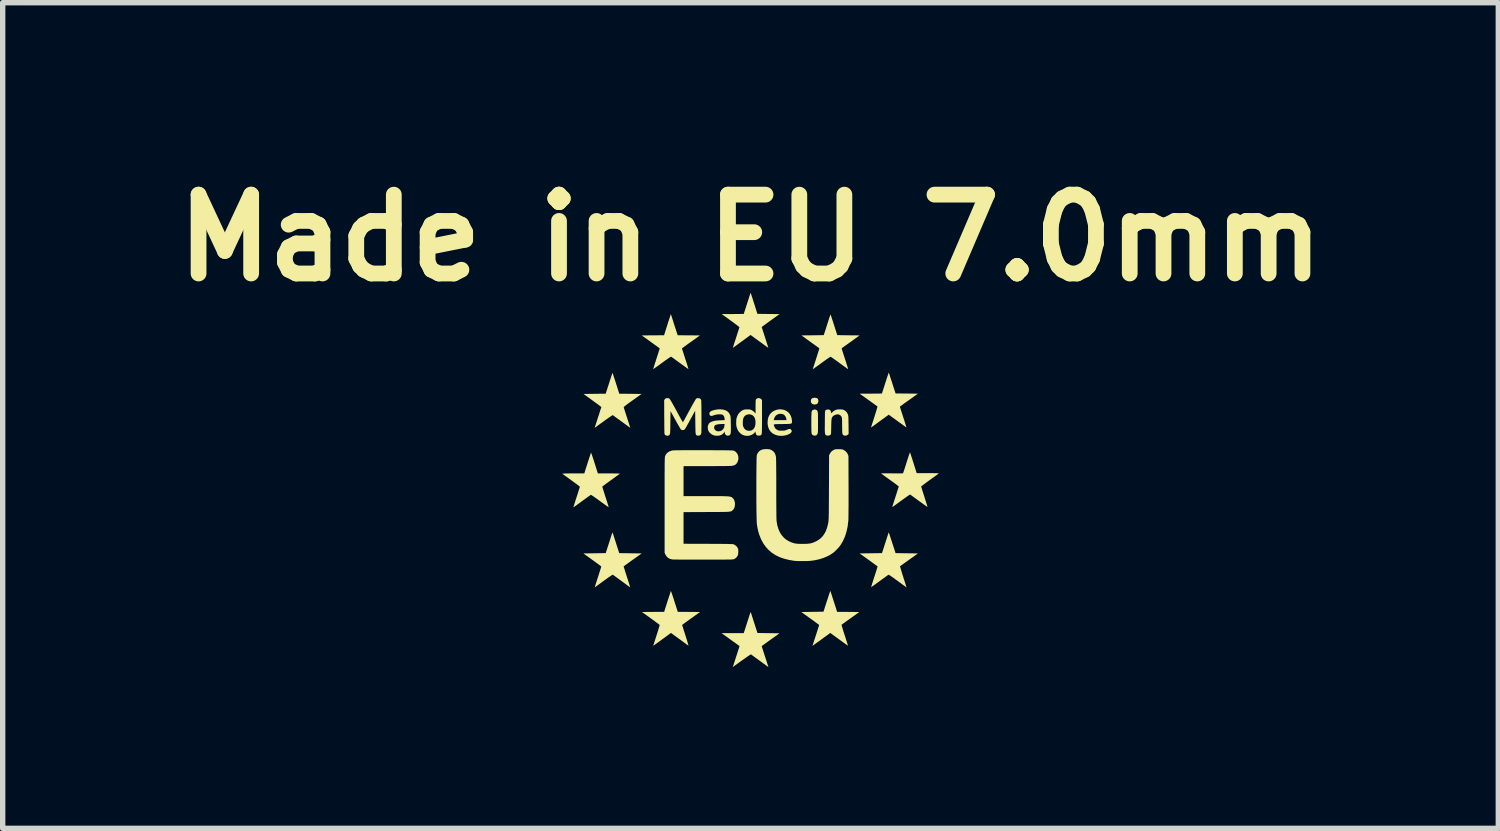
<source format=kicad_pcb>
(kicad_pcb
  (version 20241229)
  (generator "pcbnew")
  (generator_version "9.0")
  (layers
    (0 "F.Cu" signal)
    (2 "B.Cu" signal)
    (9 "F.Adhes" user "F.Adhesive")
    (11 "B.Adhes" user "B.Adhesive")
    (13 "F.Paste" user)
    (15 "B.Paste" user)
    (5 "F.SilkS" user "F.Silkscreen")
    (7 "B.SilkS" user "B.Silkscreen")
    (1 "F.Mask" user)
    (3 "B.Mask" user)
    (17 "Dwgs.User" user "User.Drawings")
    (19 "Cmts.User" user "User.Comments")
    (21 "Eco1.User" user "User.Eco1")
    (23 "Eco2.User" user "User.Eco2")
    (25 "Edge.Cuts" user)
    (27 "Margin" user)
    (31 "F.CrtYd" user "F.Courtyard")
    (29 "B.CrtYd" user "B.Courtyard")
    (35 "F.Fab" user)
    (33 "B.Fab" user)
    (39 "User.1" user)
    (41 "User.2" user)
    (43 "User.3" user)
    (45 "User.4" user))
  (footprint "Made in EU 7.0mm"
    (layer "F.Cu")
    (at 10.904 5.872)
    (property "Reference" "Made in EU 7.0mm" (at 0 -4.5 180) (layer "F.SilkS") (effects (font (size 1.466 1.466) (thickness 0.293))))
    (attr board_only exclude_from_pos_files exclude_from_bom)
    (fp_poly (pts (xy 1.215 -1.525) (xy 1.238 -1.518) (xy 1.253 -1.504) (xy 1.26 -1.484) (xy 1.262 -1.465) (xy 1.257 -1.44) (xy 1.245 -1.419) (xy 1.229 -1.408) (xy 1.212 -1.403) (xy 1.189 -1.402) (xy 1.166 -1.405) (xy 1.153 -1.409) (xy 1.137 -1.422) (xy 1.126 -1.44) (xy 1.122 -1.461) (xy 1.123 -1.484) (xy 1.132 -1.503) (xy 1.139 -1.511) (xy 1.15 -1.519) (xy 1.164 -1.523) (xy 1.185 -1.526)) (stroke (width 0) (type solid)) (fill yes) (layer "F.SilkS"))
    (fp_poly (pts (xy 1.218 -1.304) (xy 1.236 -1.292) (xy 1.247 -1.273) (xy 1.251 -1.261) (xy 1.252 -1.249) (xy 1.253 -1.229) (xy 1.254 -1.202) (xy 1.254 -1.169) (xy 1.255 -1.132) (xy 1.255 -1.093) (xy 1.255 -1.052) (xy 1.255 -1.012) (xy 1.255 -0.975) (xy 1.255 -0.941) (xy 1.254 -0.912) (xy 1.253 -0.891) (xy 1.252 -0.878) (xy 1.244 -0.852) (xy 1.235 -0.839) (xy 1.224 -0.829) (xy 1.212 -0.824) (xy 1.195 -0.823) (xy 1.194 -0.823) (xy 1.172 -0.826) (xy 1.155 -0.834) (xy 1.155 -0.834) (xy 1.144 -0.846) (xy 1.136 -0.862) (xy 1.136 -0.864) (xy 1.135 -0.874) (xy 1.133 -0.894) (xy 1.132 -0.921) (xy 1.132 -0.954) (xy 1.131 -0.991) (xy 1.131 -1.03) (xy 1.131 -1.072) (xy 1.131 -1.113) (xy 1.131 -1.152) (xy 1.132 -1.188) (xy 1.133 -1.219) (xy 1.134 -1.244) (xy 1.135 -1.261) (xy 1.136 -1.267) (xy 1.146 -1.289) (xy 1.164 -1.302) (xy 1.188 -1.308) (xy 1.194 -1.308)) (stroke (width 0) (type solid)) (fill yes) (layer "F.SilkS"))
    (fp_poly (pts (xy 2.573 -1.991) (xy 2.573 -1.99) (xy 2.575 -1.984) (xy 2.58 -1.968) (xy 2.588 -1.945) (xy 2.597 -1.916) (xy 2.608 -1.881) (xy 2.621 -1.842) (xy 2.635 -1.8) (xy 2.636 -1.795) (xy 2.697 -1.607) (xy 2.904 -1.605) (xy 3.111 -1.602) (xy 2.944 -1.482) (xy 2.907 -1.456) (xy 2.873 -1.432) (xy 2.843 -1.41) (xy 2.818 -1.391) (xy 2.797 -1.376) (xy 2.784 -1.366) (xy 2.777 -1.36) (xy 2.777 -1.36) (xy 2.779 -1.355) (xy 2.783 -1.34) (xy 2.79 -1.318) (xy 2.799 -1.29) (xy 2.81 -1.256) (xy 2.823 -1.217) (xy 2.836 -1.175) (xy 2.839 -1.167) (xy 2.853 -1.125) (xy 2.865 -1.085) (xy 2.876 -1.051) (xy 2.885 -1.021) (xy 2.893 -0.998) (xy 2.897 -0.982) (xy 2.899 -0.975) (xy 2.899 -0.975) (xy 2.895 -0.978) (xy 2.883 -0.986) (xy 2.864 -0.999) (xy 2.84 -1.016) (xy 2.812 -1.037) (xy 2.779 -1.06) (xy 2.743 -1.086) (xy 2.734 -1.093) (xy 2.57 -1.212) (xy 2.414 -1.098) (xy 2.371 -1.067) (xy 2.336 -1.041) (xy 2.307 -1.02) (xy 2.285 -1.004) (xy 2.268 -0.992) (xy 2.256 -0.984) (xy 2.248 -0.979) (xy 2.244 -0.977) (xy 2.242 -0.977) (xy 2.241 -0.979) (xy 2.242 -0.982) (xy 2.243 -0.983) (xy 2.259 -1.034) (xy 2.276 -1.085) (xy 2.292 -1.134) (xy 2.307 -1.181) (xy 2.32 -1.225) (xy 2.333 -1.264) (xy 2.343 -1.299) (xy 2.351 -1.327) (xy 2.357 -1.348) (xy 2.36 -1.361) (xy 2.361 -1.365) (xy 2.356 -1.368) (xy 2.343 -1.377) (xy 2.324 -1.391) (xy 2.299 -1.409) (xy 2.27 -1.43) (xy 2.237 -1.454) (xy 2.201 -1.48) (xy 2.193 -1.485) (xy 2.03 -1.602) (xy 2.237 -1.603) (xy 2.443 -1.605) (xy 2.488 -1.744) (xy 2.506 -1.801) (xy 2.522 -1.849) (xy 2.534 -1.888) (xy 2.545 -1.92) (xy 2.553 -1.945) (xy 2.56 -1.963) (xy 2.564 -1.977) (xy 2.568 -1.985) (xy 2.57 -1.99) (xy 2.572 -1.992)) (stroke (width 0) (type solid)) (fill yes) (layer "F.SilkS"))
    (fp_poly (pts (xy 0.007 2.466) (xy 0.012 2.481) (xy 0.019 2.504) (xy 0.028 2.534) (xy 0.04 2.569) (xy 0.052 2.608) (xy 0.066 2.65) (xy 0.068 2.657) (xy 0.129 2.847) (xy 0.334 2.85) (xy 0.539 2.853) (xy 0.385 2.963) (xy 0.35 2.988) (xy 0.316 3.012) (xy 0.286 3.034) (xy 0.26 3.053) (xy 0.24 3.068) (xy 0.226 3.078) (xy 0.22 3.082) (xy 0.208 3.092) (xy 0.268 3.28) (xy 0.282 3.322) (xy 0.295 3.362) (xy 0.306 3.397) (xy 0.316 3.427) (xy 0.323 3.451) (xy 0.329 3.467) (xy 0.331 3.474) (xy 0.331 3.475) (xy 0.331 3.479) (xy 0.327 3.477) (xy 0.32 3.471) (xy 0.305 3.461) (xy 0.285 3.446) (xy 0.261 3.428) (xy 0.232 3.408) (xy 0.202 3.385) (xy 0.17 3.362) (xy 0.138 3.339) (xy 0.107 3.316) (xy 0.078 3.296) (xy 0.053 3.277) (xy 0.032 3.262) (xy 0.017 3.251) (xy 0.008 3.245) (xy 0.007 3.244) (xy 0.002 3.247) (xy -0.01 3.254) (xy -0.029 3.267) (xy -0.053 3.283) (xy -0.081 3.302) (xy -0.111 3.324) (xy -0.144 3.347) (xy -0.177 3.37) (xy -0.21 3.394) (xy -0.242 3.417) (xy -0.271 3.438) (xy -0.297 3.457) (xy -0.318 3.473) (xy -0.323 3.477) (xy -0.328 3.48) (xy -0.327 3.475) (xy -0.327 3.475) (xy -0.325 3.468) (xy -0.32 3.453) (xy -0.313 3.43) (xy -0.304 3.402) (xy -0.293 3.37) (xy -0.282 3.334) (xy -0.27 3.297) (xy -0.258 3.26) (xy -0.246 3.224) (xy -0.236 3.19) (xy -0.226 3.161) (xy -0.218 3.137) (xy -0.213 3.12) (xy -0.211 3.112) (xy -0.204 3.09) (xy -0.371 2.97) (xy -0.538 2.85) (xy -0.332 2.85) (xy -0.126 2.85) (xy -0.088 2.734) (xy -0.076 2.694) (xy -0.062 2.652) (xy -0.049 2.61) (xy -0.036 2.571) (xy -0.026 2.539) (xy -0.025 2.535) (xy -0.016 2.508) (xy -0.008 2.486) (xy -0.001 2.469) (xy 0.003 2.46) (xy 0.005 2.459)) (stroke (width 0) (type solid)) (fill yes) (layer "F.SilkS"))
    (fp_poly (pts (xy -1.438 -2.949) (xy -1.426 -2.909) (xy -1.413 -2.869) (xy -1.4 -2.83) (xy -1.389 -2.796) (xy -1.38 -2.767) (xy -1.375 -2.752) (xy -1.354 -2.689) (xy -1.147 -2.687) (xy -0.94 -2.686) (xy -1.089 -2.579) (xy -1.124 -2.554) (xy -1.158 -2.53) (xy -1.189 -2.508) (xy -1.215 -2.489) (xy -1.236 -2.473) (xy -1.25 -2.463) (xy -1.256 -2.458) (xy -1.275 -2.444) (xy -1.214 -2.252) (xy -1.2 -2.21) (xy -1.187 -2.17) (xy -1.176 -2.135) (xy -1.167 -2.106) (xy -1.16 -2.082) (xy -1.155 -2.067) (xy -1.154 -2.06) (xy -1.154 -2.059) (xy -1.158 -2.062) (xy -1.17 -2.07) (xy -1.188 -2.083) (xy -1.213 -2.1) (xy -1.241 -2.121) (xy -1.274 -2.144) (xy -1.309 -2.17) (xy -1.313 -2.173) (xy -1.349 -2.199) (xy -1.382 -2.223) (xy -1.412 -2.245) (xy -1.437 -2.263) (xy -1.457 -2.277) (xy -1.471 -2.287) (xy -1.477 -2.291) (xy -1.477 -2.291) (xy -1.483 -2.288) (xy -1.496 -2.28) (xy -1.515 -2.268) (xy -1.54 -2.25) (xy -1.57 -2.23) (xy -1.603 -2.206) (xy -1.639 -2.18) (xy -1.645 -2.176) (xy -1.681 -2.149) (xy -1.715 -2.125) (xy -1.744 -2.104) (xy -1.77 -2.086) (xy -1.789 -2.072) (xy -1.803 -2.062) (xy -1.809 -2.058) (xy -1.809 -2.058) (xy -1.808 -2.063) (xy -1.804 -2.076) (xy -1.798 -2.098) (xy -1.789 -2.126) (xy -1.779 -2.16) (xy -1.766 -2.198) (xy -1.753 -2.24) (xy -1.75 -2.249) (xy -1.736 -2.292) (xy -1.723 -2.331) (xy -1.712 -2.367) (xy -1.703 -2.397) (xy -1.695 -2.42) (xy -1.69 -2.436) (xy -1.688 -2.443) (xy -1.688 -2.444) (xy -1.692 -2.447) (xy -1.704 -2.456) (xy -1.722 -2.47) (xy -1.746 -2.487) (xy -1.775 -2.508) (xy -1.808 -2.532) (xy -1.844 -2.558) (xy -1.855 -2.566) (xy -2.022 -2.686) (xy -1.815 -2.687) (xy -1.607 -2.689) (xy -1.558 -2.844) (xy -1.545 -2.884) (xy -1.533 -2.924) (xy -1.521 -2.96) (xy -1.511 -2.992) (xy -1.502 -3.018) (xy -1.496 -3.037) (xy -1.495 -3.04) (xy -1.481 -3.082)) (stroke (width 0) (type solid)) (fill yes) (layer "F.SilkS"))
    (fp_poly (pts (xy -1.478 2.071) (xy -1.473 2.084) (xy -1.466 2.105) (xy -1.456 2.132) (xy -1.445 2.166) (xy -1.432 2.204) (xy -1.419 2.246) (xy -1.415 2.259) (xy -1.352 2.454) (xy -1.146 2.455) (xy -0.939 2.457) (xy -1.105 2.576) (xy -1.142 2.602) (xy -1.176 2.627) (xy -1.206 2.649) (xy -1.231 2.667) (xy -1.251 2.682) (xy -1.265 2.693) (xy -1.271 2.698) (xy -1.271 2.698) (xy -1.27 2.704) (xy -1.265 2.719) (xy -1.258 2.741) (xy -1.249 2.769) (xy -1.239 2.804) (xy -1.226 2.842) (xy -1.213 2.884) (xy -1.211 2.889) (xy -1.198 2.931) (xy -1.185 2.97) (xy -1.175 3.005) (xy -1.166 3.034) (xy -1.159 3.057) (xy -1.154 3.073) (xy -1.153 3.08) (xy -1.153 3.08) (xy -1.157 3.078) (xy -1.168 3.072) (xy -1.184 3.061) (xy -1.198 3.051) (xy -1.215 3.039) (xy -1.238 3.022) (xy -1.266 3.001) (xy -1.297 2.978) (xy -1.331 2.954) (xy -1.361 2.932) (xy -1.479 2.846) (xy -1.621 2.95) (xy -1.656 2.975) (xy -1.689 3) (xy -1.719 3.022) (xy -1.746 3.041) (xy -1.767 3.056) (xy -1.781 3.066) (xy -1.786 3.07) (xy -1.799 3.079) (xy -1.806 3.082) (xy -1.807 3.08) (xy -1.805 3.073) (xy -1.803 3.066) (xy -1.798 3.049) (xy -1.79 3.025) (xy -1.78 2.995) (xy -1.769 2.96) (xy -1.757 2.921) (xy -1.744 2.882) (xy -1.731 2.841) (xy -1.719 2.803) (xy -1.709 2.769) (xy -1.7 2.74) (xy -1.694 2.718) (xy -1.69 2.703) (xy -1.69 2.697) (xy -1.694 2.693) (xy -1.706 2.683) (xy -1.725 2.669) (xy -1.75 2.651) (xy -1.779 2.629) (xy -1.812 2.605) (xy -1.848 2.579) (xy -1.855 2.574) (xy -2.018 2.457) (xy -1.812 2.455) (xy -1.605 2.454) (xy -1.595 2.421) (xy -1.585 2.388) (xy -1.573 2.352) (xy -1.561 2.313) (xy -1.548 2.273) (xy -1.536 2.234) (xy -1.523 2.196) (xy -1.512 2.16) (xy -1.501 2.129) (xy -1.493 2.102) (xy -1.486 2.082) (xy -1.482 2.07) (xy -1.48 2.067)) (stroke (width 0) (type solid)) (fill yes) (layer "F.SilkS"))
    (fp_poly (pts (xy 0.581 -1.31) (xy 0.624 -1.301) (xy 0.663 -1.284) (xy 0.698 -1.26) (xy 0.727 -1.229) (xy 0.742 -1.204) (xy 0.756 -1.171) (xy 0.766 -1.134) (xy 0.771 -1.097) (xy 0.771 -1.086) (xy 0.771 -1.074) (xy 0.77 -1.064) (xy 0.767 -1.056) (xy 0.762 -1.05) (xy 0.752 -1.046) (xy 0.738 -1.043) (xy 0.718 -1.041) (xy 0.691 -1.039) (xy 0.655 -1.039) (xy 0.611 -1.038) (xy 0.591 -1.038) (xy 0.545 -1.038) (xy 0.509 -1.037) (xy 0.481 -1.036) (xy 0.46 -1.035) (xy 0.446 -1.033) (xy 0.438 -1.03) (xy 0.434 -1.026) (xy 0.433 -1.02) (xy 0.435 -1.012) (xy 0.439 -1.002) (xy 0.441 -0.997) (xy 0.453 -0.97) (xy 0.468 -0.949) (xy 0.491 -0.933) (xy 0.497 -0.929) (xy 0.509 -0.923) (xy 0.521 -0.918) (xy 0.533 -0.916) (xy 0.55 -0.915) (xy 0.573 -0.915) (xy 0.581 -0.915) (xy 0.608 -0.915) (xy 0.627 -0.916) (xy 0.643 -0.919) (xy 0.658 -0.924) (xy 0.672 -0.93) (xy 0.699 -0.94) (xy 0.718 -0.946) (xy 0.733 -0.947) (xy 0.744 -0.943) (xy 0.753 -0.936) (xy 0.764 -0.919) (xy 0.766 -0.903) (xy 0.76 -0.886) (xy 0.746 -0.871) (xy 0.726 -0.856) (xy 0.701 -0.844) (xy 0.671 -0.833) (xy 0.638 -0.825) (xy 0.602 -0.82) (xy 0.565 -0.819) (xy 0.528 -0.821) (xy 0.502 -0.826) (xy 0.453 -0.841) (xy 0.411 -0.864) (xy 0.377 -0.894) (xy 0.35 -0.931) (xy 0.331 -0.974) (xy 0.32 -1.023) (xy 0.317 -1.065) (xy 0.321 -1.11) (xy 0.432 -1.11) (xy 0.549 -1.11) (xy 0.667 -1.11) (xy 0.667 -1.127) (xy 0.665 -1.141) (xy 0.659 -1.16) (xy 0.654 -1.171) (xy 0.636 -1.198) (xy 0.612 -1.217) (xy 0.583 -1.227) (xy 0.571 -1.228) (xy 0.534 -1.227) (xy 0.501 -1.216) (xy 0.473 -1.197) (xy 0.452 -1.17) (xy 0.438 -1.137) (xy 0.435 -1.127) (xy 0.432 -1.11) (xy 0.321 -1.11) (xy 0.321 -1.12) (xy 0.334 -1.168) (xy 0.354 -1.21) (xy 0.383 -1.245) (xy 0.42 -1.274) (xy 0.446 -1.288) (xy 0.491 -1.304) (xy 0.537 -1.311)) (stroke (width 0) (type solid)) (fill yes) (layer "F.SilkS"))
    (fp_poly (pts (xy 1.485 2.068) (xy 1.487 2.073) (xy 1.49 2.082) (xy 1.495 2.096) (xy 1.501 2.115) (xy 1.51 2.141) (xy 1.52 2.173) (xy 1.533 2.213) (xy 1.548 2.261) (xy 1.567 2.318) (xy 1.571 2.33) (xy 1.61 2.454) (xy 1.816 2.455) (xy 2.022 2.457) (xy 1.86 2.574) (xy 1.823 2.6) (xy 1.789 2.624) (xy 1.759 2.646) (xy 1.734 2.664) (xy 1.713 2.679) (xy 1.7 2.689) (xy 1.693 2.694) (xy 1.693 2.694) (xy 1.693 2.699) (xy 1.697 2.713) (xy 1.703 2.735) (xy 1.712 2.764) (xy 1.722 2.798) (xy 1.734 2.837) (xy 1.748 2.879) (xy 1.751 2.889) (xy 1.765 2.931) (xy 1.777 2.971) (xy 1.788 3.006) (xy 1.798 3.036) (xy 1.805 3.059) (xy 1.809 3.075) (xy 1.811 3.082) (xy 1.811 3.083) (xy 1.807 3.08) (xy 1.795 3.072) (xy 1.777 3.059) (xy 1.753 3.042) (xy 1.724 3.021) (xy 1.691 2.997) (xy 1.655 2.971) (xy 1.646 2.965) (xy 1.483 2.846) (xy 1.457 2.865) (xy 1.422 2.891) (xy 1.386 2.917) (xy 1.349 2.944) (xy 1.313 2.971) (xy 1.278 2.996) (xy 1.245 3.019) (xy 1.216 3.04) (xy 1.192 3.058) (xy 1.172 3.072) (xy 1.16 3.081) (xy 1.154 3.084) (xy 1.154 3.084) (xy 1.153 3.081) (xy 1.153 3.08) (xy 1.155 3.075) (xy 1.16 3.061) (xy 1.167 3.039) (xy 1.176 3.012) (xy 1.186 2.98) (xy 1.198 2.945) (xy 1.21 2.908) (xy 1.222 2.87) (xy 1.234 2.833) (xy 1.245 2.798) (xy 1.255 2.766) (xy 1.264 2.738) (xy 1.271 2.717) (xy 1.275 2.703) (xy 1.276 2.698) (xy 1.276 2.698) (xy 1.272 2.694) (xy 1.261 2.685) (xy 1.242 2.672) (xy 1.218 2.654) (xy 1.189 2.633) (xy 1.157 2.609) (xy 1.121 2.584) (xy 1.11 2.576) (xy 0.944 2.457) (xy 1.15 2.454) (xy 1.357 2.451) (xy 1.419 2.257) (xy 1.433 2.215) (xy 1.446 2.175) (xy 1.457 2.14) (xy 1.467 2.111) (xy 1.475 2.088) (xy 1.481 2.073) (xy 1.484 2.066) (xy 1.484 2.066)) (stroke (width 0) (type solid)) (fill yes) (layer "F.SilkS"))
    (fp_poly (pts (xy 0.005 -3.472) (xy 0.01 -3.457) (xy 0.017 -3.434) (xy 0.027 -3.405) (xy 0.038 -3.371) (xy 0.05 -3.332) (xy 0.064 -3.289) (xy 0.067 -3.28) (xy 0.128 -3.087) (xy 0.334 -3.084) (xy 0.539 -3.082) (xy 0.374 -2.963) (xy 0.337 -2.937) (xy 0.304 -2.912) (xy 0.274 -2.89) (xy 0.248 -2.872) (xy 0.228 -2.857) (xy 0.215 -2.847) (xy 0.209 -2.842) (xy 0.208 -2.842) (xy 0.21 -2.837) (xy 0.214 -2.823) (xy 0.221 -2.802) (xy 0.229 -2.775) (xy 0.24 -2.743) (xy 0.251 -2.708) (xy 0.263 -2.671) (xy 0.275 -2.634) (xy 0.287 -2.596) (xy 0.298 -2.561) (xy 0.308 -2.529) (xy 0.317 -2.502) (xy 0.324 -2.48) (xy 0.328 -2.468) (xy 0.33 -2.464) (xy 0.331 -2.46) (xy 0.331 -2.458) (xy 0.33 -2.458) (xy 0.325 -2.46) (xy 0.317 -2.465) (xy 0.305 -2.473) (xy 0.288 -2.485) (xy 0.265 -2.501) (xy 0.236 -2.523) (xy 0.2 -2.549) (xy 0.177 -2.566) (xy 0.142 -2.591) (xy 0.11 -2.615) (xy 0.08 -2.636) (xy 0.055 -2.655) (xy 0.036 -2.669) (xy 0.022 -2.679) (xy 0.018 -2.682) (xy 0.001 -2.694) (xy -0.139 -2.591) (xy -0.174 -2.566) (xy -0.207 -2.542) (xy -0.237 -2.52) (xy -0.264 -2.5) (xy -0.285 -2.485) (xy -0.299 -2.474) (xy -0.304 -2.471) (xy -0.318 -2.461) (xy -0.325 -2.457) (xy -0.327 -2.458) (xy -0.326 -2.464) (xy -0.326 -2.465) (xy -0.323 -2.472) (xy -0.318 -2.488) (xy -0.311 -2.511) (xy -0.302 -2.54) (xy -0.291 -2.573) (xy -0.279 -2.609) (xy -0.267 -2.646) (xy -0.255 -2.684) (xy -0.244 -2.72) (xy -0.233 -2.754) (xy -0.223 -2.784) (xy -0.215 -2.809) (xy -0.209 -2.827) (xy -0.206 -2.836) (xy -0.206 -2.838) (xy -0.21 -2.842) (xy -0.221 -2.851) (xy -0.239 -2.866) (xy -0.263 -2.884) (xy -0.291 -2.905) (xy -0.324 -2.93) (xy -0.36 -2.956) (xy -0.37 -2.963) (xy -0.535 -3.082) (xy -0.33 -3.083) (xy -0.126 -3.085) (xy -0.088 -3.2) (xy -0.076 -3.24) (xy -0.062 -3.282) (xy -0.049 -3.324) (xy -0.036 -3.363) (xy -0.026 -3.395) (xy -0.025 -3.399) (xy -0.016 -3.426) (xy -0.008 -3.449) (xy -0.002 -3.466) (xy 0.002 -3.476) (xy 0.003 -3.477)) (stroke (width 0) (type solid)) (fill yes) (layer "F.SilkS"))
    (fp_poly (pts (xy 2.572 0.981) (xy 2.577 0.994) (xy 2.584 1.015) (xy 2.593 1.043) (xy 2.604 1.077) (xy 2.617 1.115) (xy 2.63 1.157) (xy 2.634 1.168) (xy 2.697 1.362) (xy 2.904 1.365) (xy 3.112 1.368) (xy 2.949 1.485) (xy 2.913 1.511) (xy 2.879 1.535) (xy 2.848 1.557) (xy 2.823 1.576) (xy 2.802 1.59) (xy 2.788 1.6) (xy 2.781 1.605) (xy 2.781 1.605) (xy 2.781 1.611) (xy 2.785 1.626) (xy 2.791 1.648) (xy 2.8 1.679) (xy 2.811 1.715) (xy 2.824 1.757) (xy 2.839 1.803) (xy 2.852 1.846) (xy 2.865 1.886) (xy 2.876 1.921) (xy 2.886 1.951) (xy 2.893 1.975) (xy 2.898 1.991) (xy 2.9 1.998) (xy 2.9 1.999) (xy 2.896 1.996) (xy 2.884 1.987) (xy 2.866 1.974) (xy 2.842 1.957) (xy 2.813 1.936) (xy 2.781 1.912) (xy 2.745 1.886) (xy 2.736 1.879) (xy 2.694 1.849) (xy 2.66 1.824) (xy 2.633 1.805) (xy 2.611 1.79) (xy 2.595 1.779) (xy 2.583 1.771) (xy 2.574 1.767) (xy 2.568 1.765) (xy 2.564 1.765) (xy 2.561 1.766) (xy 2.555 1.771) (xy 2.541 1.781) (xy 2.52 1.796) (xy 2.495 1.814) (xy 2.465 1.836) (xy 2.431 1.86) (xy 2.398 1.885) (xy 2.363 1.91) (xy 2.33 1.934) (xy 2.302 1.954) (xy 2.278 1.971) (xy 2.259 1.984) (xy 2.247 1.992) (xy 2.243 1.995) (xy 2.244 1.989) (xy 2.248 1.975) (xy 2.255 1.954) (xy 2.263 1.925) (xy 2.274 1.891) (xy 2.286 1.853) (xy 2.3 1.811) (xy 2.303 1.803) (xy 2.316 1.76) (xy 2.329 1.721) (xy 2.34 1.686) (xy 2.349 1.656) (xy 2.356 1.633) (xy 2.361 1.617) (xy 2.362 1.61) (xy 2.362 1.609) (xy 2.358 1.605) (xy 2.346 1.596) (xy 2.329 1.584) (xy 2.308 1.569) (xy 2.299 1.562) (xy 2.276 1.546) (xy 2.248 1.525) (xy 2.215 1.501) (xy 2.18 1.476) (xy 2.146 1.452) (xy 2.134 1.443) (xy 2.029 1.368) (xy 2.237 1.365) (xy 2.445 1.362) (xy 2.506 1.171) (xy 2.52 1.128) (xy 2.533 1.089) (xy 2.544 1.053) (xy 2.554 1.023) (xy 2.562 1) (xy 2.567 0.984) (xy 2.57 0.977) (xy 2.57 0.977)) (stroke (width 0) (type solid)) (fill yes) (layer "F.SilkS"))
    (fp_poly (pts (xy -2.564 0.98) (xy -2.562 0.986) (xy -2.557 1.001) (xy -2.549 1.024) (xy -2.54 1.054) (xy -2.529 1.089) (xy -2.516 1.128) (xy -2.502 1.17) (xy -2.501 1.175) (xy -2.441 1.362) (xy -2.233 1.365) (xy -2.024 1.368) (xy -2.191 1.487) (xy -2.228 1.513) (xy -2.262 1.538) (xy -2.292 1.56) (xy -2.318 1.578) (xy -2.338 1.593) (xy -2.352 1.603) (xy -2.359 1.607) (xy -2.359 1.608) (xy -2.358 1.613) (xy -2.354 1.627) (xy -2.347 1.648) (xy -2.338 1.677) (xy -2.328 1.711) (xy -2.315 1.749) (xy -2.302 1.791) (xy -2.298 1.803) (xy -2.284 1.846) (xy -2.272 1.886) (xy -2.26 1.921) (xy -2.251 1.951) (xy -2.244 1.974) (xy -2.239 1.99) (xy -2.237 1.998) (xy -2.237 1.998) (xy -2.241 1.996) (xy -2.253 1.987) (xy -2.271 1.974) (xy -2.295 1.957) (xy -2.324 1.936) (xy -2.356 1.912) (xy -2.391 1.886) (xy -2.397 1.882) (xy -2.433 1.856) (xy -2.466 1.832) (xy -2.496 1.81) (xy -2.521 1.791) (xy -2.541 1.777) (xy -2.555 1.767) (xy -2.562 1.763) (xy -2.562 1.763) (xy -2.567 1.765) (xy -2.58 1.773) (xy -2.6 1.786) (xy -2.625 1.803) (xy -2.654 1.824) (xy -2.687 1.847) (xy -2.723 1.873) (xy -2.733 1.88) (xy -2.769 1.907) (xy -2.802 1.931) (xy -2.832 1.952) (xy -2.857 1.971) (xy -2.877 1.985) (xy -2.89 1.994) (xy -2.897 1.998) (xy -2.897 1.999) (xy -2.895 1.993) (xy -2.891 1.979) (xy -2.884 1.958) (xy -2.875 1.929) (xy -2.864 1.895) (xy -2.852 1.857) (xy -2.838 1.815) (xy -2.835 1.805) (xy -2.821 1.762) (xy -2.809 1.722) (xy -2.797 1.687) (xy -2.788 1.657) (xy -2.781 1.633) (xy -2.777 1.617) (xy -2.775 1.609) (xy -2.775 1.609) (xy -2.78 1.605) (xy -2.792 1.596) (xy -2.811 1.582) (xy -2.835 1.564) (xy -2.864 1.543) (xy -2.897 1.519) (xy -2.933 1.493) (xy -2.943 1.486) (xy -3.108 1.368) (xy -2.9 1.365) (xy -2.692 1.362) (xy -2.651 1.235) (xy -2.638 1.195) (xy -2.625 1.155) (xy -2.613 1.116) (xy -2.602 1.081) (xy -2.592 1.052) (xy -2.588 1.039) (xy -2.581 1.016) (xy -2.573 0.996) (xy -2.568 0.984) (xy -2.565 0.979)) (stroke (width 0) (type solid)) (fill yes) (layer "F.SilkS"))
    (fp_poly (pts (xy 1.492 -3.067) (xy 1.497 -3.052) (xy 1.504 -3.029) (xy 1.514 -2.999) (xy 1.525 -2.965) (xy 1.538 -2.926) (xy 1.551 -2.883) (xy 1.553 -2.879) (xy 1.613 -2.691) (xy 1.821 -2.688) (xy 2.028 -2.686) (xy 1.862 -2.566) (xy 1.826 -2.54) (xy 1.792 -2.516) (xy 1.761 -2.494) (xy 1.736 -2.476) (xy 1.715 -2.461) (xy 1.701 -2.451) (xy 1.695 -2.446) (xy 1.694 -2.446) (xy 1.696 -2.441) (xy 1.7 -2.427) (xy 1.706 -2.405) (xy 1.715 -2.377) (xy 1.726 -2.343) (xy 1.738 -2.305) (xy 1.752 -2.263) (xy 1.755 -2.253) (xy 1.769 -2.21) (xy 1.781 -2.171) (xy 1.792 -2.136) (xy 1.802 -2.106) (xy 1.809 -2.082) (xy 1.814 -2.066) (xy 1.815 -2.059) (xy 1.815 -2.059) (xy 1.811 -2.061) (xy 1.799 -2.069) (xy 1.781 -2.082) (xy 1.757 -2.099) (xy 1.728 -2.12) (xy 1.695 -2.144) (xy 1.66 -2.169) (xy 1.655 -2.173) (xy 1.619 -2.2) (xy 1.585 -2.224) (xy 1.555 -2.245) (xy 1.529 -2.263) (xy 1.509 -2.277) (xy 1.495 -2.286) (xy 1.488 -2.29) (xy 1.488 -2.29) (xy 1.482 -2.287) (xy 1.469 -2.278) (xy 1.449 -2.265) (xy 1.424 -2.248) (xy 1.394 -2.227) (xy 1.361 -2.203) (xy 1.325 -2.177) (xy 1.321 -2.174) (xy 1.286 -2.148) (xy 1.252 -2.124) (xy 1.223 -2.103) (xy 1.198 -2.085) (xy 1.179 -2.071) (xy 1.166 -2.062) (xy 1.16 -2.058) (xy 1.16 -2.058) (xy 1.159 -2.062) (xy 1.162 -2.072) (xy 1.169 -2.094) (xy 1.178 -2.121) (xy 1.188 -2.153) (xy 1.2 -2.189) (xy 1.212 -2.226) (xy 1.224 -2.265) (xy 1.236 -2.302) (xy 1.247 -2.338) (xy 1.258 -2.371) (xy 1.267 -2.4) (xy 1.274 -2.422) (xy 1.278 -2.438) (xy 1.28 -2.446) (xy 1.281 -2.446) (xy 1.276 -2.449) (xy 1.264 -2.458) (xy 1.246 -2.471) (xy 1.221 -2.489) (xy 1.192 -2.51) (xy 1.159 -2.533) (xy 1.123 -2.559) (xy 1.113 -2.566) (xy 0.947 -2.686) (xy 1.155 -2.688) (xy 1.362 -2.691) (xy 1.399 -2.806) (xy 1.411 -2.845) (xy 1.425 -2.887) (xy 1.438 -2.928) (xy 1.45 -2.966) (xy 1.46 -2.997) (xy 1.461 -3.001) (xy 1.47 -3.027) (xy 1.478 -3.049) (xy 1.484 -3.065) (xy 1.488 -3.073) (xy 1.49 -3.074)) (stroke (width 0) (type solid)) (fill yes) (layer "F.SilkS"))
    (fp_poly (pts (xy -2.563 -1.983) (xy -2.558 -1.969) (xy -2.551 -1.947) (xy -2.542 -1.919) (xy -2.53 -1.884) (xy -2.518 -1.846) (xy -2.504 -1.804) (xy -2.501 -1.794) (xy -2.44 -1.602) (xy -2.234 -1.6) (xy -2.027 -1.597) (xy -2.194 -1.477) (xy -2.236 -1.447) (xy -2.271 -1.422) (xy -2.299 -1.401) (xy -2.32 -1.385) (xy -2.336 -1.373) (xy -2.346 -1.363) (xy -2.353 -1.356) (xy -2.356 -1.352) (xy -2.357 -1.348) (xy -2.357 -1.347) (xy -2.354 -1.339) (xy -2.349 -1.323) (xy -2.342 -1.299) (xy -2.332 -1.27) (xy -2.322 -1.237) (xy -2.31 -1.201) (xy -2.298 -1.164) (xy -2.286 -1.126) (xy -2.275 -1.09) (xy -2.264 -1.057) (xy -2.254 -1.027) (xy -2.247 -1.003) (xy -2.241 -0.986) (xy -2.238 -0.976) (xy -2.238 -0.975) (xy -2.238 -0.971) (xy -2.242 -0.972) (xy -2.247 -0.976) (xy -2.259 -0.985) (xy -2.278 -0.998) (xy -2.301 -1.015) (xy -2.329 -1.035) (xy -2.359 -1.057) (xy -2.39 -1.08) (xy -2.422 -1.103) (xy -2.454 -1.126) (xy -2.483 -1.147) (xy -2.509 -1.166) (xy -2.532 -1.182) (xy -2.548 -1.195) (xy -2.559 -1.202) (xy -2.561 -1.204) (xy -2.566 -1.202) (xy -2.579 -1.194) (xy -2.598 -1.181) (xy -2.624 -1.164) (xy -2.654 -1.143) (xy -2.688 -1.119) (xy -2.726 -1.092) (xy -2.73 -1.088) (xy -2.766 -1.062) (xy -2.8 -1.038) (xy -2.83 -1.016) (xy -2.855 -0.998) (xy -2.875 -0.983) (xy -2.889 -0.974) (xy -2.895 -0.969) (xy -2.896 -0.969) (xy -2.896 -0.973) (xy -2.895 -0.977) (xy -2.893 -0.984) (xy -2.888 -0.999) (xy -2.88 -1.022) (xy -2.871 -1.052) (xy -2.859 -1.086) (xy -2.847 -1.125) (xy -2.834 -1.166) (xy -2.82 -1.207) (xy -2.808 -1.246) (xy -2.797 -1.28) (xy -2.788 -1.309) (xy -2.78 -1.331) (xy -2.775 -1.346) (xy -2.774 -1.352) (xy -2.777 -1.356) (xy -2.788 -1.366) (xy -2.806 -1.38) (xy -2.83 -1.398) (xy -2.859 -1.419) (xy -2.892 -1.443) (xy -2.928 -1.469) (xy -2.938 -1.477) (xy -3.105 -1.597) (xy -2.899 -1.6) (xy -2.693 -1.602) (xy -2.667 -1.68) (xy -2.658 -1.71) (xy -2.646 -1.746) (xy -2.633 -1.786) (xy -2.62 -1.828) (xy -2.607 -1.868) (xy -2.605 -1.875) (xy -2.594 -1.907) (xy -2.585 -1.936) (xy -2.577 -1.96) (xy -2.57 -1.978) (xy -2.566 -1.987) (xy -2.565 -1.989)) (stroke (width 0) (type solid)) (fill yes) (layer "F.SilkS"))
    (fp_poly (pts (xy 1.685 -1.31) (xy 1.703 -1.309) (xy 1.717 -1.306) (xy 1.731 -1.301) (xy 1.742 -1.296) (xy 1.767 -1.28) (xy 1.787 -1.26) (xy 1.803 -1.233) (xy 1.81 -1.218) (xy 1.813 -1.21) (xy 1.815 -1.202) (xy 1.817 -1.192) (xy 1.819 -1.179) (xy 1.82 -1.163) (xy 1.821 -1.141) (xy 1.821 -1.113) (xy 1.822 -1.077) (xy 1.822 -1.032) (xy 1.823 -1.022) (xy 1.824 -0.854) (xy 1.809 -0.839) (xy 1.79 -0.827) (xy 1.767 -0.822) (xy 1.743 -0.824) (xy 1.727 -0.832) (xy 1.72 -0.837) (xy 1.715 -0.844) (xy 1.711 -0.854) (xy 1.708 -0.868) (xy 1.706 -0.887) (xy 1.705 -0.913) (xy 1.704 -0.946) (xy 1.704 -0.989) (xy 1.704 -1.005) (xy 1.703 -1.049) (xy 1.703 -1.087) (xy 1.702 -1.118) (xy 1.7 -1.142) (xy 1.698 -1.157) (xy 1.698 -1.159) (xy 1.686 -1.184) (xy 1.667 -1.203) (xy 1.643 -1.215) (xy 1.635 -1.217) (xy 1.605 -1.217) (xy 1.575 -1.209) (xy 1.549 -1.196) (xy 1.537 -1.187) (xy 1.528 -1.177) (xy 1.52 -1.168) (xy 1.515 -1.158) (xy 1.51 -1.145) (xy 1.507 -1.13) (xy 1.505 -1.109) (xy 1.503 -1.082) (xy 1.502 -1.048) (xy 1.501 -1.004) (xy 1.501 -0.991) (xy 1.5 -0.949) (xy 1.499 -0.916) (xy 1.498 -0.891) (xy 1.497 -0.873) (xy 1.496 -0.86) (xy 1.494 -0.851) (xy 1.492 -0.845) (xy 1.489 -0.841) (xy 1.487 -0.839) (xy 1.47 -0.828) (xy 1.447 -0.822) (xy 1.424 -0.824) (xy 1.414 -0.826) (xy 1.405 -0.829) (xy 1.398 -0.833) (xy 1.393 -0.84) (xy 1.389 -0.85) (xy 1.385 -0.865) (xy 1.383 -0.885) (xy 1.382 -0.911) (xy 1.381 -0.943) (xy 1.381 -0.984) (xy 1.382 -1.034) (xy 1.382 -1.074) (xy 1.382 -1.126) (xy 1.383 -1.169) (xy 1.383 -1.203) (xy 1.384 -1.23) (xy 1.384 -1.25) (xy 1.385 -1.265) (xy 1.387 -1.275) (xy 1.388 -1.283) (xy 1.39 -1.287) (xy 1.393 -1.291) (xy 1.393 -1.292) (xy 1.41 -1.303) (xy 1.432 -1.309) (xy 1.452 -1.309) (xy 1.474 -1.301) (xy 1.489 -1.285) (xy 1.497 -1.262) (xy 1.497 -1.26) (xy 1.501 -1.236) (xy 1.522 -1.258) (xy 1.541 -1.275) (xy 1.564 -1.29) (xy 1.575 -1.295) (xy 1.591 -1.302) (xy 1.606 -1.307) (xy 1.622 -1.309) (xy 1.643 -1.31) (xy 1.659 -1.31)) (stroke (width 0) (type solid)) (fill yes) (layer "F.SilkS"))
    (fp_poly (pts (xy 0.173 -1.517) (xy 0.192 -1.507) (xy 0.199 -1.501) (xy 0.214 -1.485) (xy 0.214 -1.175) (xy 0.214 -1.108) (xy 0.214 -1.05) (xy 0.213 -1.002) (xy 0.213 -0.961) (xy 0.212 -0.928) (xy 0.212 -0.902) (xy 0.21 -0.881) (xy 0.209 -0.865) (xy 0.206 -0.853) (xy 0.204 -0.844) (xy 0.2 -0.838) (xy 0.196 -0.834) (xy 0.192 -0.831) (xy 0.187 -0.828) (xy 0.172 -0.824) (xy 0.152 -0.823) (xy 0.132 -0.824) (xy 0.12 -0.828) (xy 0.109 -0.839) (xy 0.1 -0.856) (xy 0.094 -0.875) (xy 0.094 -0.884) (xy 0.094 -0.899) (xy 0.077 -0.879) (xy 0.05 -0.853) (xy 0.015 -0.834) (xy -0.023 -0.822) (xy -0.064 -0.818) (xy -0.106 -0.823) (xy -0.115 -0.825) (xy -0.155 -0.841) (xy -0.19 -0.866) (xy -0.22 -0.898) (xy -0.243 -0.938) (xy -0.259 -0.984) (xy -0.26 -0.987) (xy -0.264 -1.01) (xy -0.266 -1.038) (xy -0.266 -1.065) (xy -0.143 -1.065) (xy -0.143 -1.038) (xy -0.142 -1.018) (xy -0.139 -1.003) (xy -0.135 -0.99) (xy -0.131 -0.982) (xy -0.113 -0.951) (xy -0.09 -0.93) (xy -0.063 -0.917) (xy -0.029 -0.912) (xy -0.026 -0.912) (xy -0.002 -0.914) (xy 0.02 -0.92) (xy 0.023 -0.922) (xy 0.051 -0.94) (xy 0.071 -0.966) (xy 0.085 -1) (xy 0.092 -1.042) (xy 0.093 -1.05) (xy 0.092 -1.097) (xy 0.084 -1.137) (xy 0.069 -1.169) (xy 0.047 -1.194) (xy 0.026 -1.207) (xy -0.003 -1.217) (xy -0.034 -1.219) (xy -0.064 -1.213) (xy -0.091 -1.201) (xy -0.108 -1.187) (xy -0.124 -1.166) (xy -0.134 -1.142) (xy -0.141 -1.112) (xy -0.143 -1.075) (xy -0.143 -1.065) (xy -0.266 -1.065) (xy -0.266 -1.07) (xy -0.265 -1.102) (xy -0.263 -1.129) (xy -0.26 -1.144) (xy -0.244 -1.191) (xy -0.221 -1.231) (xy -0.191 -1.264) (xy -0.156 -1.29) (xy -0.144 -1.295) (xy -0.128 -1.302) (xy -0.113 -1.307) (xy -0.097 -1.309) (xy -0.077 -1.31) (xy -0.06 -1.31) (xy -0.035 -1.31) (xy -0.017 -1.309) (xy -0.003 -1.306) (xy 0.011 -1.301) (xy 0.023 -1.295) (xy 0.043 -1.282) (xy 0.063 -1.267) (xy 0.073 -1.256) (xy 0.094 -1.233) (xy 0.094 -1.356) (xy 0.094 -1.403) (xy 0.095 -1.441) (xy 0.096 -1.468) (xy 0.098 -1.486) (xy 0.1 -1.492) (xy 0.112 -1.507) (xy 0.13 -1.517) (xy 0.151 -1.52)) (stroke (width 0) (type solid)) (fill yes) (layer "F.SilkS"))
    (fp_poly (pts (xy -0.55 -1.311) (xy -0.501 -1.305) (xy -0.46 -1.292) (xy -0.426 -1.271) (xy -0.4 -1.244) (xy -0.381 -1.209) (xy -0.38 -1.206) (xy -0.376 -1.196) (xy -0.374 -1.186) (xy -0.371 -1.174) (xy -0.37 -1.16) (xy -0.368 -1.141) (xy -0.367 -1.117) (xy -0.367 -1.085) (xy -0.366 -1.044) (xy -0.366 -1.04) (xy -0.365 -0.988) (xy -0.365 -0.945) (xy -0.366 -0.911) (xy -0.367 -0.884) (xy -0.37 -0.864) (xy -0.374 -0.849) (xy -0.38 -0.838) (xy -0.387 -0.831) (xy -0.397 -0.827) (xy -0.406 -0.824) (xy -0.432 -0.822) (xy -0.453 -0.83) (xy -0.469 -0.846) (xy -0.478 -0.87) (xy -0.479 -0.877) (xy -0.482 -0.899) (xy -0.493 -0.879) (xy -0.514 -0.855) (xy -0.541 -0.837) (xy -0.575 -0.825) (xy -0.614 -0.82) (xy -0.655 -0.822) (xy -0.662 -0.823) (xy -0.694 -0.832) (xy -0.723 -0.847) (xy -0.752 -0.871) (xy -0.754 -0.873) (xy -0.771 -0.891) (xy -0.781 -0.908) (xy -0.789 -0.928) (xy -0.789 -0.929) (xy -0.795 -0.967) (xy -0.795 -0.974) (xy -0.676 -0.974) (xy -0.674 -0.954) (xy -0.671 -0.945) (xy -0.654 -0.923) (xy -0.631 -0.908) (xy -0.602 -0.902) (xy -0.57 -0.905) (xy -0.561 -0.907) (xy -0.534 -0.92) (xy -0.511 -0.94) (xy -0.494 -0.968) (xy -0.485 -0.999) (xy -0.484 -1.011) (xy -0.482 -1.039) (xy -0.542 -1.038) (xy -0.586 -1.035) (xy -0.621 -1.03) (xy -0.647 -1.022) (xy -0.663 -1.012) (xy -0.664 -1.011) (xy -0.673 -0.995) (xy -0.676 -0.974) (xy -0.795 -0.974) (xy -0.792 -1.003) (xy -0.782 -1.031) (xy -0.772 -1.048) (xy -0.759 -1.061) (xy -0.742 -1.072) (xy -0.724 -1.081) (xy -0.703 -1.089) (xy -0.679 -1.095) (xy -0.65 -1.101) (xy -0.615 -1.104) (xy -0.572 -1.107) (xy -0.553 -1.108) (xy -0.479 -1.111) (xy -0.482 -1.141) (xy -0.488 -1.169) (xy -0.497 -1.19) (xy -0.512 -1.205) (xy -0.517 -1.209) (xy -0.534 -1.215) (xy -0.558 -1.219) (xy -0.587 -1.219) (xy -0.618 -1.216) (xy -0.649 -1.211) (xy -0.676 -1.203) (xy -0.679 -1.202) (xy -0.706 -1.192) (xy -0.725 -1.189) (xy -0.739 -1.19) (xy -0.75 -1.197) (xy -0.756 -1.202) (xy -0.764 -1.221) (xy -0.764 -1.241) (xy -0.756 -1.26) (xy -0.747 -1.269) (xy -0.728 -1.281) (xy -0.7 -1.291) (xy -0.667 -1.3) (xy -0.631 -1.307) (xy -0.595 -1.311) (xy -0.56 -1.312)) (stroke (width 0) (type solid)) (fill yes) (layer "F.SilkS"))
    (fp_poly (pts (xy -2.963 -0.502) (xy -2.958 -0.489) (xy -2.951 -0.469) (xy -2.941 -0.441) (xy -2.93 -0.408) (xy -2.917 -0.369) (xy -2.904 -0.328) (xy -2.9 -0.315) (xy -2.838 -0.12) (xy -2.632 -0.12) (xy -2.577 -0.12) (xy -2.53 -0.119) (xy -2.492 -0.119) (xy -2.462 -0.118) (xy -2.442 -0.117) (xy -2.432 -0.116) (xy -2.43 -0.115) (xy -2.435 -0.111) (xy -2.448 -0.101) (xy -2.466 -0.087) (xy -2.491 -0.069) (xy -2.52 -0.048) (xy -2.553 -0.024) (xy -2.589 0.002) (xy -2.595 0.006) (xy -2.631 0.032) (xy -2.664 0.056) (xy -2.694 0.078) (xy -2.719 0.097) (xy -2.738 0.111) (xy -2.751 0.121) (xy -2.756 0.126) (xy -2.756 0.127) (xy -2.755 0.133) (xy -2.75 0.147) (xy -2.743 0.17) (xy -2.734 0.199) (xy -2.723 0.233) (xy -2.711 0.272) (xy -2.698 0.314) (xy -2.696 0.319) (xy -2.682 0.361) (xy -2.67 0.4) (xy -2.659 0.435) (xy -2.65 0.464) (xy -2.643 0.486) (xy -2.639 0.502) (xy -2.638 0.508) (xy -2.638 0.508) (xy -2.642 0.506) (xy -2.654 0.498) (xy -2.673 0.485) (xy -2.697 0.468) (xy -2.726 0.447) (xy -2.758 0.424) (xy -2.794 0.398) (xy -2.8 0.393) (xy -2.84 0.364) (xy -2.876 0.338) (xy -2.907 0.317) (xy -2.933 0.299) (xy -2.952 0.287) (xy -2.964 0.28) (xy -2.968 0.278) (xy -2.974 0.282) (xy -2.987 0.291) (xy -3.007 0.305) (xy -3.032 0.323) (xy -3.061 0.344) (xy -3.094 0.368) (xy -3.128 0.392) (xy -3.169 0.423) (xy -3.203 0.447) (xy -3.23 0.467) (xy -3.251 0.482) (xy -3.267 0.493) (xy -3.278 0.501) (xy -3.285 0.506) (xy -3.29 0.509) (xy -3.292 0.509) (xy -3.293 0.509) (xy -3.293 0.508) (xy -3.291 0.502) (xy -3.287 0.488) (xy -3.28 0.466) (xy -3.271 0.437) (xy -3.26 0.403) (xy -3.248 0.365) (xy -3.234 0.323) (xy -3.233 0.319) (xy -3.219 0.277) (xy -3.207 0.238) (xy -3.196 0.203) (xy -3.187 0.174) (xy -3.179 0.151) (xy -3.175 0.135) (xy -3.173 0.128) (xy -3.173 0.128) (xy -3.177 0.123) (xy -3.189 0.114) (xy -3.207 0.099) (xy -3.231 0.081) (xy -3.26 0.06) (xy -3.293 0.036) (xy -3.328 0.01) (xy -3.335 0.005) (xy -3.371 -0.021) (xy -3.404 -0.045) (xy -3.434 -0.067) (xy -3.46 -0.085) (xy -3.479 -0.1) (xy -3.493 -0.11) (xy -3.499 -0.115) (xy -3.499 -0.115) (xy -3.495 -0.116) (xy -3.481 -0.117) (xy -3.459 -0.118) (xy -3.429 -0.119) (xy -3.394 -0.119) (xy -3.353 -0.12) (xy -3.308 -0.12) (xy -3.296 -0.12) (xy -3.09 -0.12) (xy -3.08 -0.152) (xy -3.069 -0.188) (xy -3.057 -0.226) (xy -3.044 -0.266) (xy -3.031 -0.307) (xy -3.018 -0.347) (xy -3.006 -0.385) (xy -2.994 -0.421) (xy -2.984 -0.451) (xy -2.976 -0.476) (xy -2.97 -0.494) (xy -2.966 -0.505) (xy -2.965 -0.506)) (stroke (width 0) (type solid)) (fill yes) (layer "F.SilkS"))
    (fp_poly (pts (xy -0.949 -1.516) (xy -0.932 -1.508) (xy -0.921 -1.492) (xy -0.917 -1.48) (xy -0.916 -1.472) (xy -0.915 -1.454) (xy -0.915 -1.428) (xy -0.914 -1.396) (xy -0.913 -1.357) (xy -0.913 -1.314) (xy -0.912 -1.268) (xy -0.912 -1.219) (xy -0.912 -1.17) (xy -0.912 -1.12) (xy -0.912 -1.072) (xy -0.912 -1.026) (xy -0.912 -0.984) (xy -0.913 -0.946) (xy -0.913 -0.915) (xy -0.914 -0.891) (xy -0.914 -0.875) (xy -0.915 -0.87) (xy -0.923 -0.846) (xy -0.938 -0.83) (xy -0.959 -0.822) (xy -0.984 -0.823) (xy -0.989 -0.824) (xy -0.997 -0.827) (xy -1.004 -0.829) (xy -1.009 -0.834) (xy -1.014 -0.84) (xy -1.017 -0.85) (xy -1.02 -0.864) (xy -1.022 -0.883) (xy -1.023 -0.908) (xy -1.024 -0.94) (xy -1.025 -0.98) (xy -1.026 -1.029) (xy -1.026 -1.071) (xy -1.029 -1.286) (xy -1.105 -1.147) (xy -1.132 -1.098) (xy -1.154 -1.056) (xy -1.173 -1.023) (xy -1.188 -0.996) (xy -1.2 -0.975) (xy -1.21 -0.959) (xy -1.218 -0.947) (xy -1.224 -0.939) (xy -1.229 -0.934) (xy -1.234 -0.931) (xy -1.239 -0.929) (xy -1.242 -0.928) (xy -1.267 -0.925) (xy -1.287 -0.932) (xy -1.296 -0.94) (xy -1.301 -0.947) (xy -1.31 -0.962) (xy -1.323 -0.984) (xy -1.339 -1.012) (xy -1.358 -1.044) (xy -1.378 -1.08) (xy -1.397 -1.115) (xy -1.487 -1.279) (xy -1.49 -1.068) (xy -1.491 -1.012) (xy -1.491 -0.966) (xy -1.492 -0.928) (xy -1.494 -0.898) (xy -1.495 -0.875) (xy -1.498 -0.857) (xy -1.502 -0.844) (xy -1.506 -0.836) (xy -1.512 -0.83) (xy -1.52 -0.826) (xy -1.53 -0.823) (xy -1.541 -0.821) (xy -1.542 -0.821) (xy -1.553 -0.821) (xy -1.566 -0.824) (xy -1.581 -0.831) (xy -1.592 -0.839) (xy -1.594 -0.842) (xy -1.596 -0.845) (xy -1.597 -0.851) (xy -1.599 -0.858) (xy -1.6 -0.869) (xy -1.601 -0.884) (xy -1.601 -0.904) (xy -1.602 -0.93) (xy -1.602 -0.962) (xy -1.603 -1.002) (xy -1.603 -1.049) (xy -1.603 -1.106) (xy -1.604 -1.167) (xy -1.605 -1.484) (xy -1.59 -1.502) (xy -1.58 -1.512) (xy -1.57 -1.517) (xy -1.556 -1.519) (xy -1.545 -1.519) (xy -1.527 -1.518) (xy -1.515 -1.515) (xy -1.505 -1.507) (xy -1.501 -1.503) (xy -1.496 -1.495) (xy -1.486 -1.479) (xy -1.472 -1.456) (xy -1.455 -1.427) (xy -1.436 -1.392) (xy -1.414 -1.354) (xy -1.391 -1.312) (xy -1.373 -1.278) (xy -1.35 -1.235) (xy -1.328 -1.195) (xy -1.308 -1.159) (xy -1.291 -1.128) (xy -1.276 -1.103) (xy -1.266 -1.085) (xy -1.259 -1.074) (xy -1.256 -1.071) (xy -1.253 -1.076) (xy -1.246 -1.089) (xy -1.234 -1.11) (xy -1.219 -1.137) (xy -1.202 -1.169) (xy -1.182 -1.206) (xy -1.16 -1.247) (xy -1.143 -1.278) (xy -1.119 -1.321) (xy -1.097 -1.362) (xy -1.076 -1.4) (xy -1.057 -1.433) (xy -1.041 -1.461) (xy -1.029 -1.482) (xy -1.02 -1.496) (xy -1.017 -1.501) (xy -1.007 -1.511) (xy -0.998 -1.517) (xy -0.985 -1.519) (xy -0.973 -1.519)) (stroke (width 0) (type solid)) (fill yes) (layer "F.SilkS"))
    (fp_poly (pts (xy 2.967 -0.506) (xy 2.972 -0.493) (xy 2.979 -0.473) (xy 2.987 -0.447) (xy 2.997 -0.418) (xy 2.997 -0.418) (xy 3.009 -0.381) (xy 3.022 -0.338) (xy 3.037 -0.293) (xy 3.05 -0.25) (xy 3.058 -0.225) (xy 3.09 -0.125) (xy 3.296 -0.125) (xy 3.341 -0.125) (xy 3.383 -0.125) (xy 3.42 -0.124) (xy 3.451 -0.124) (xy 3.476 -0.123) (xy 3.493 -0.122) (xy 3.501 -0.121) (xy 3.501 -0.121) (xy 3.497 -0.117) (xy 3.485 -0.108) (xy 3.467 -0.094) (xy 3.443 -0.077) (xy 3.414 -0.055) (xy 3.381 -0.032) (xy 3.345 -0.006) (xy 3.337 -0.000076) (xy 3.3 0.026) (xy 3.267 0.051) (xy 3.237 0.073) (xy 3.212 0.092) (xy 3.192 0.107) (xy 3.179 0.117) (xy 3.173 0.123) (xy 3.173 0.123) (xy 3.175 0.13) (xy 3.179 0.145) (xy 3.186 0.167) (xy 3.195 0.197) (xy 3.206 0.231) (xy 3.218 0.27) (xy 3.232 0.312) (xy 3.233 0.316) (xy 3.246 0.358) (xy 3.259 0.397) (xy 3.269 0.431) (xy 3.278 0.46) (xy 3.285 0.483) (xy 3.289 0.498) (xy 3.291 0.504) (xy 3.291 0.504) (xy 3.286 0.501) (xy 3.274 0.493) (xy 3.256 0.481) (xy 3.232 0.464) (xy 3.203 0.443) (xy 3.17 0.419) (xy 3.135 0.394) (xy 3.131 0.391) (xy 3.095 0.365) (xy 3.062 0.34) (xy 3.032 0.319) (xy 3.007 0.301) (xy 2.987 0.286) (xy 2.974 0.277) (xy 2.967 0.273) (xy 2.967 0.273) (xy 2.962 0.275) (xy 2.949 0.283) (xy 2.93 0.296) (xy 2.905 0.313) (xy 2.876 0.334) (xy 2.844 0.357) (xy 2.812 0.38) (xy 2.769 0.411) (xy 2.734 0.437) (xy 2.705 0.458) (xy 2.683 0.474) (xy 2.666 0.486) (xy 2.653 0.495) (xy 2.645 0.5) (xy 2.64 0.503) (xy 2.637 0.504) (xy 2.636 0.503) (xy 2.636 0.503) (xy 2.638 0.497) (xy 2.642 0.483) (xy 2.649 0.461) (xy 2.658 0.432) (xy 2.669 0.398) (xy 2.681 0.359) (xy 2.695 0.318) (xy 2.696 0.313) (xy 2.71 0.271) (xy 2.722 0.232) (xy 2.733 0.197) (xy 2.742 0.168) (xy 2.75 0.145) (xy 2.754 0.129) (xy 2.756 0.122) (xy 2.756 0.122) (xy 2.752 0.118) (xy 2.74 0.109) (xy 2.722 0.095) (xy 2.698 0.077) (xy 2.669 0.055) (xy 2.636 0.032) (xy 2.6 0.006) (xy 2.592 0) (xy 2.556 -0.026) (xy 2.522 -0.05) (xy 2.492 -0.072) (xy 2.467 -0.091) (xy 2.447 -0.105) (xy 2.434 -0.115) (xy 2.428 -0.12) (xy 2.428 -0.121) (xy 2.433 -0.121) (xy 2.447 -0.122) (xy 2.47 -0.122) (xy 2.499 -0.122) (xy 2.535 -0.122) (xy 2.575 -0.122) (xy 2.619 -0.121) (xy 2.63 -0.121) (xy 2.682 -0.12) (xy 2.724 -0.12) (xy 2.757 -0.12) (xy 2.783 -0.12) (xy 2.802 -0.12) (xy 2.816 -0.121) (xy 2.826 -0.122) (xy 2.832 -0.123) (xy 2.835 -0.125) (xy 2.837 -0.127) (xy 2.838 -0.128) (xy 2.841 -0.135) (xy 2.846 -0.151) (xy 2.854 -0.175) (xy 2.864 -0.204) (xy 2.875 -0.24) (xy 2.888 -0.279) (xy 2.901 -0.321) (xy 2.902 -0.324) (xy 2.915 -0.366) (xy 2.928 -0.405) (xy 2.939 -0.439) (xy 2.949 -0.468) (xy 2.956 -0.49) (xy 2.962 -0.505) (xy 2.964 -0.51) (xy 2.964 -0.511)) (stroke (width 0) (type solid)) (fill yes) (layer "F.SilkS"))
    (fp_poly (pts (xy 0.337 -0.57) (xy 0.357 -0.567) (xy 0.375 -0.561) (xy 0.388 -0.555) (xy 0.419 -0.535) (xy 0.444 -0.508) (xy 0.461 -0.475) (xy 0.472 -0.434) (xy 0.474 -0.421) (xy 0.475 -0.41) (xy 0.475 -0.39) (xy 0.476 -0.36) (xy 0.477 -0.322) (xy 0.477 -0.276) (xy 0.478 -0.222) (xy 0.478 -0.163) (xy 0.479 -0.097) (xy 0.479 -0.026) (xy 0.479 0.049) (xy 0.479 0.129) (xy 0.479 0.169) (xy 0.479 0.276) (xy 0.479 0.373) (xy 0.48 0.459) (xy 0.48 0.535) (xy 0.481 0.6) (xy 0.481 0.655) (xy 0.482 0.699) (xy 0.483 0.733) (xy 0.484 0.757) (xy 0.485 0.768) (xy 0.498 0.845) (xy 0.519 0.914) (xy 0.546 0.976) (xy 0.581 1.03) (xy 0.622 1.077) (xy 0.67 1.116) (xy 0.725 1.147) (xy 0.745 1.156) (xy 0.775 1.167) (xy 0.801 1.176) (xy 0.827 1.182) (xy 0.855 1.186) (xy 0.886 1.189) (xy 0.924 1.19) (xy 0.969 1.19) (xy 1.019 1.19) (xy 1.061 1.188) (xy 1.096 1.184) (xy 1.128 1.178) (xy 1.158 1.169) (xy 1.188 1.157) (xy 1.217 1.144) (xy 1.265 1.116) (xy 1.306 1.085) (xy 1.341 1.049) (xy 1.349 1.038) (xy 1.379 0.993) (xy 1.404 0.945) (xy 1.423 0.891) (xy 1.439 0.829) (xy 1.444 0.803) (xy 1.446 0.794) (xy 1.448 0.785) (xy 1.449 0.775) (xy 1.45 0.764) (xy 1.451 0.751) (xy 1.452 0.737) (xy 1.453 0.719) (xy 1.454 0.698) (xy 1.454 0.672) (xy 1.455 0.642) (xy 1.456 0.607) (xy 1.456 0.565) (xy 1.456 0.517) (xy 1.457 0.462) (xy 1.457 0.398) (xy 1.458 0.327) (xy 1.458 0.246) (xy 1.458 0.155) (xy 1.459 0.143) (xy 1.461 -0.456) (xy 1.474 -0.483) (xy 1.493 -0.514) (xy 1.52 -0.54) (xy 1.552 -0.559) (xy 1.564 -0.564) (xy 1.578 -0.568) (xy 1.594 -0.569) (xy 1.617 -0.57) (xy 1.639 -0.57) (xy 1.667 -0.57) (xy 1.687 -0.569) (xy 1.702 -0.567) (xy 1.715 -0.564) (xy 1.727 -0.559) (xy 1.759 -0.539) (xy 1.786 -0.513) (xy 1.806 -0.482) (xy 1.809 -0.474) (xy 1.821 -0.445) (xy 1.823 0.122) (xy 1.823 0.23) (xy 1.823 0.328) (xy 1.823 0.415) (xy 1.823 0.493) (xy 1.822 0.56) (xy 1.822 0.618) (xy 1.821 0.667) (xy 1.821 0.707) (xy 1.82 0.737) (xy 1.819 0.759) (xy 1.818 0.763) (xy 1.806 0.866) (xy 1.785 0.962) (xy 1.757 1.052) (xy 1.72 1.135) (xy 1.678 1.206) (xy 1.659 1.233) (xy 1.633 1.264) (xy 1.603 1.295) (xy 1.573 1.325) (xy 1.544 1.351) (xy 1.532 1.36) (xy 1.477 1.396) (xy 1.414 1.428) (xy 1.344 1.456) (xy 1.268 1.479) (xy 1.188 1.496) (xy 1.119 1.505) (xy 1.095 1.507) (xy 1.063 1.509) (xy 1.025 1.51) (xy 0.985 1.51) (xy 0.943 1.51) (xy 0.903 1.51) (xy 0.867 1.509) (xy 0.836 1.507) (xy 0.815 1.505) (xy 0.717 1.489) (xy 0.626 1.466) (xy 0.542 1.437) (xy 0.466 1.4) (xy 0.398 1.356) (xy 0.337 1.304) (xy 0.283 1.245) (xy 0.237 1.179) (xy 0.197 1.106) (xy 0.165 1.025) (xy 0.162 1.018) (xy 0.149 0.976) (xy 0.139 0.936) (xy 0.13 0.894) (xy 0.122 0.847) (xy 0.117 0.805) (xy 0.116 0.789) (xy 0.115 0.764) (xy 0.114 0.731) (xy 0.113 0.69) (xy 0.112 0.642) (xy 0.111 0.589) (xy 0.11 0.531) (xy 0.11 0.468) (xy 0.109 0.402) (xy 0.109 0.333) (xy 0.109 0.263) (xy 0.109 0.191) (xy 0.109 0.12) (xy 0.109 0.049) (xy 0.109 -0.021) (xy 0.109 -0.088) (xy 0.11 -0.152) (xy 0.11 -0.213) (xy 0.111 -0.268) (xy 0.112 -0.318) (xy 0.112 -0.362) (xy 0.113 -0.399) (xy 0.115 -0.427) (xy 0.116 -0.447) (xy 0.117 -0.458) (xy 0.117 -0.458) (xy 0.132 -0.495) (xy 0.154 -0.525) (xy 0.183 -0.548) (xy 0.219 -0.564) (xy 0.263 -0.571) (xy 0.31 -0.572)) (stroke (width 0) (type solid)) (fill yes) (layer "F.SilkS"))
    (fp_poly (pts (xy -0.967 -0.551) (xy -0.87 -0.551) (xy -0.783 -0.551) (xy -0.706 -0.551) (xy -0.637 -0.55) (xy -0.578 -0.55) (xy -0.526 -0.55) (xy -0.482 -0.55) (xy -0.444 -0.549) (xy -0.413 -0.549) (xy -0.387 -0.548) (xy -0.366 -0.548) (xy -0.349 -0.547) (xy -0.336 -0.546) (xy -0.326 -0.545) (xy -0.319 -0.544) (xy -0.313 -0.543) (xy -0.308 -0.541) (xy -0.304 -0.54) (xy -0.302 -0.539) (xy -0.273 -0.52) (xy -0.251 -0.494) (xy -0.235 -0.464) (xy -0.226 -0.429) (xy -0.225 -0.393) (xy -0.231 -0.357) (xy -0.246 -0.323) (xy -0.255 -0.308) (xy -0.275 -0.287) (xy -0.301 -0.272) (xy -0.334 -0.263) (xy -0.345 -0.261) (xy -0.356 -0.26) (xy -0.378 -0.259) (xy -0.41 -0.258) (xy -0.451 -0.257) (xy -0.501 -0.257) (xy -0.559 -0.256) (xy -0.626 -0.256) (xy -0.7 -0.255) (xy -0.782 -0.255) (xy -0.811 -0.255) (xy -1.245 -0.255) (xy -1.245 0.023) (xy -1.245 0.302) (xy -0.835 0.302) (xy -0.756 0.302) (xy -0.686 0.302) (xy -0.625 0.303) (xy -0.573 0.303) (xy -0.528 0.303) (xy -0.49 0.304) (xy -0.459 0.305) (xy -0.433 0.306) (xy -0.411 0.308) (xy -0.394 0.31) (xy -0.381 0.312) (xy -0.37 0.315) (xy -0.361 0.318) (xy -0.353 0.321) (xy -0.346 0.326) (xy -0.342 0.328) (xy -0.319 0.35) (xy -0.302 0.379) (xy -0.292 0.413) (xy -0.289 0.451) (xy -0.292 0.485) (xy -0.298 0.512) (xy -0.305 0.531) (xy -0.317 0.548) (xy -0.329 0.561) (xy -0.335 0.567) (xy -0.341 0.573) (xy -0.347 0.577) (xy -0.354 0.581) (xy -0.362 0.585) (xy -0.372 0.588) (xy -0.385 0.59) (xy -0.402 0.592) (xy -0.423 0.594) (xy -0.449 0.595) (xy -0.481 0.596) (xy -0.519 0.596) (xy -0.564 0.597) (xy -0.617 0.597) (xy -0.679 0.598) (xy -0.749 0.598) (xy -0.819 0.598) (xy -1.245 0.6) (xy -1.245 0.894) (xy -1.245 1.188) (xy -0.791 1.189) (xy -0.706 1.19) (xy -0.632 1.19) (xy -0.567 1.19) (xy -0.51 1.191) (xy -0.462 1.191) (xy -0.422 1.192) (xy -0.389 1.193) (xy -0.363 1.194) (xy -0.343 1.194) (xy -0.329 1.195) (xy -0.32 1.197) (xy -0.317 1.197) (xy -0.288 1.212) (xy -0.262 1.233) (xy -0.242 1.259) (xy -0.24 1.263) (xy -0.233 1.279) (xy -0.229 1.293) (xy -0.227 1.311) (xy -0.227 1.334) (xy -0.228 1.357) (xy -0.23 1.379) (xy -0.233 1.396) (xy -0.234 1.398) (xy -0.247 1.423) (xy -0.266 1.446) (xy -0.29 1.465) (xy -0.302 1.471) (xy -0.306 1.473) (xy -0.31 1.475) (xy -0.315 1.476) (xy -0.321 1.477) (xy -0.33 1.478) (xy -0.341 1.479) (xy -0.355 1.48) (xy -0.374 1.481) (xy -0.397 1.481) (xy -0.424 1.481) (xy -0.458 1.482) (xy -0.498 1.482) (xy -0.545 1.482) (xy -0.599 1.483) (xy -0.662 1.483) (xy -0.733 1.483) (xy -0.814 1.483) (xy -0.881 1.483) (xy -0.957 1.483) (xy -1.031 1.483) (xy -1.101 1.483) (xy -1.167 1.483) (xy -1.228 1.483) (xy -1.283 1.482) (xy -1.333 1.482) (xy -1.375 1.481) (xy -1.409 1.481) (xy -1.435 1.48) (xy -1.452 1.48) (xy -1.459 1.479) (xy -1.499 1.468) (xy -1.532 1.451) (xy -1.557 1.427) (xy -1.578 1.396) (xy -1.58 1.392) (xy -1.597 1.357) (xy -1.597 0.469) (xy -1.597 0.356) (xy -1.597 0.253) (xy -1.597 0.16) (xy -1.597 0.076) (xy -1.597 -0.000377) (xy -1.597 -0.068) (xy -1.597 -0.128) (xy -1.596 -0.182) (xy -1.596 -0.228) (xy -1.596 -0.269) (xy -1.596 -0.303) (xy -1.595 -0.333) (xy -1.595 -0.357) (xy -1.594 -0.378) (xy -1.594 -0.395) (xy -1.593 -0.408) (xy -1.592 -0.419) (xy -1.591 -0.427) (xy -1.59 -0.433) (xy -1.589 -0.438) (xy -1.588 -0.442) (xy -1.587 -0.445) (xy -1.568 -0.479) (xy -1.542 -0.507) (xy -1.508 -0.529) (xy -1.469 -0.543) (xy -1.45 -0.547) (xy -1.438 -0.548) (xy -1.415 -0.549) (xy -1.382 -0.55) (xy -1.338 -0.55) (xy -1.285 -0.551) (xy -1.221 -0.551) (xy -1.146 -0.551) (xy -1.062 -0.551)) (stroke (width 0) (type solid)) (fill yes) (layer "F.SilkS")))
  (gr_rect
    (start -3 -3)
    (end 24.808 12.352)
    (stroke (width 0.1) (type default))
    (fill no)
    (layer "Edge.Cuts")))
</source>
